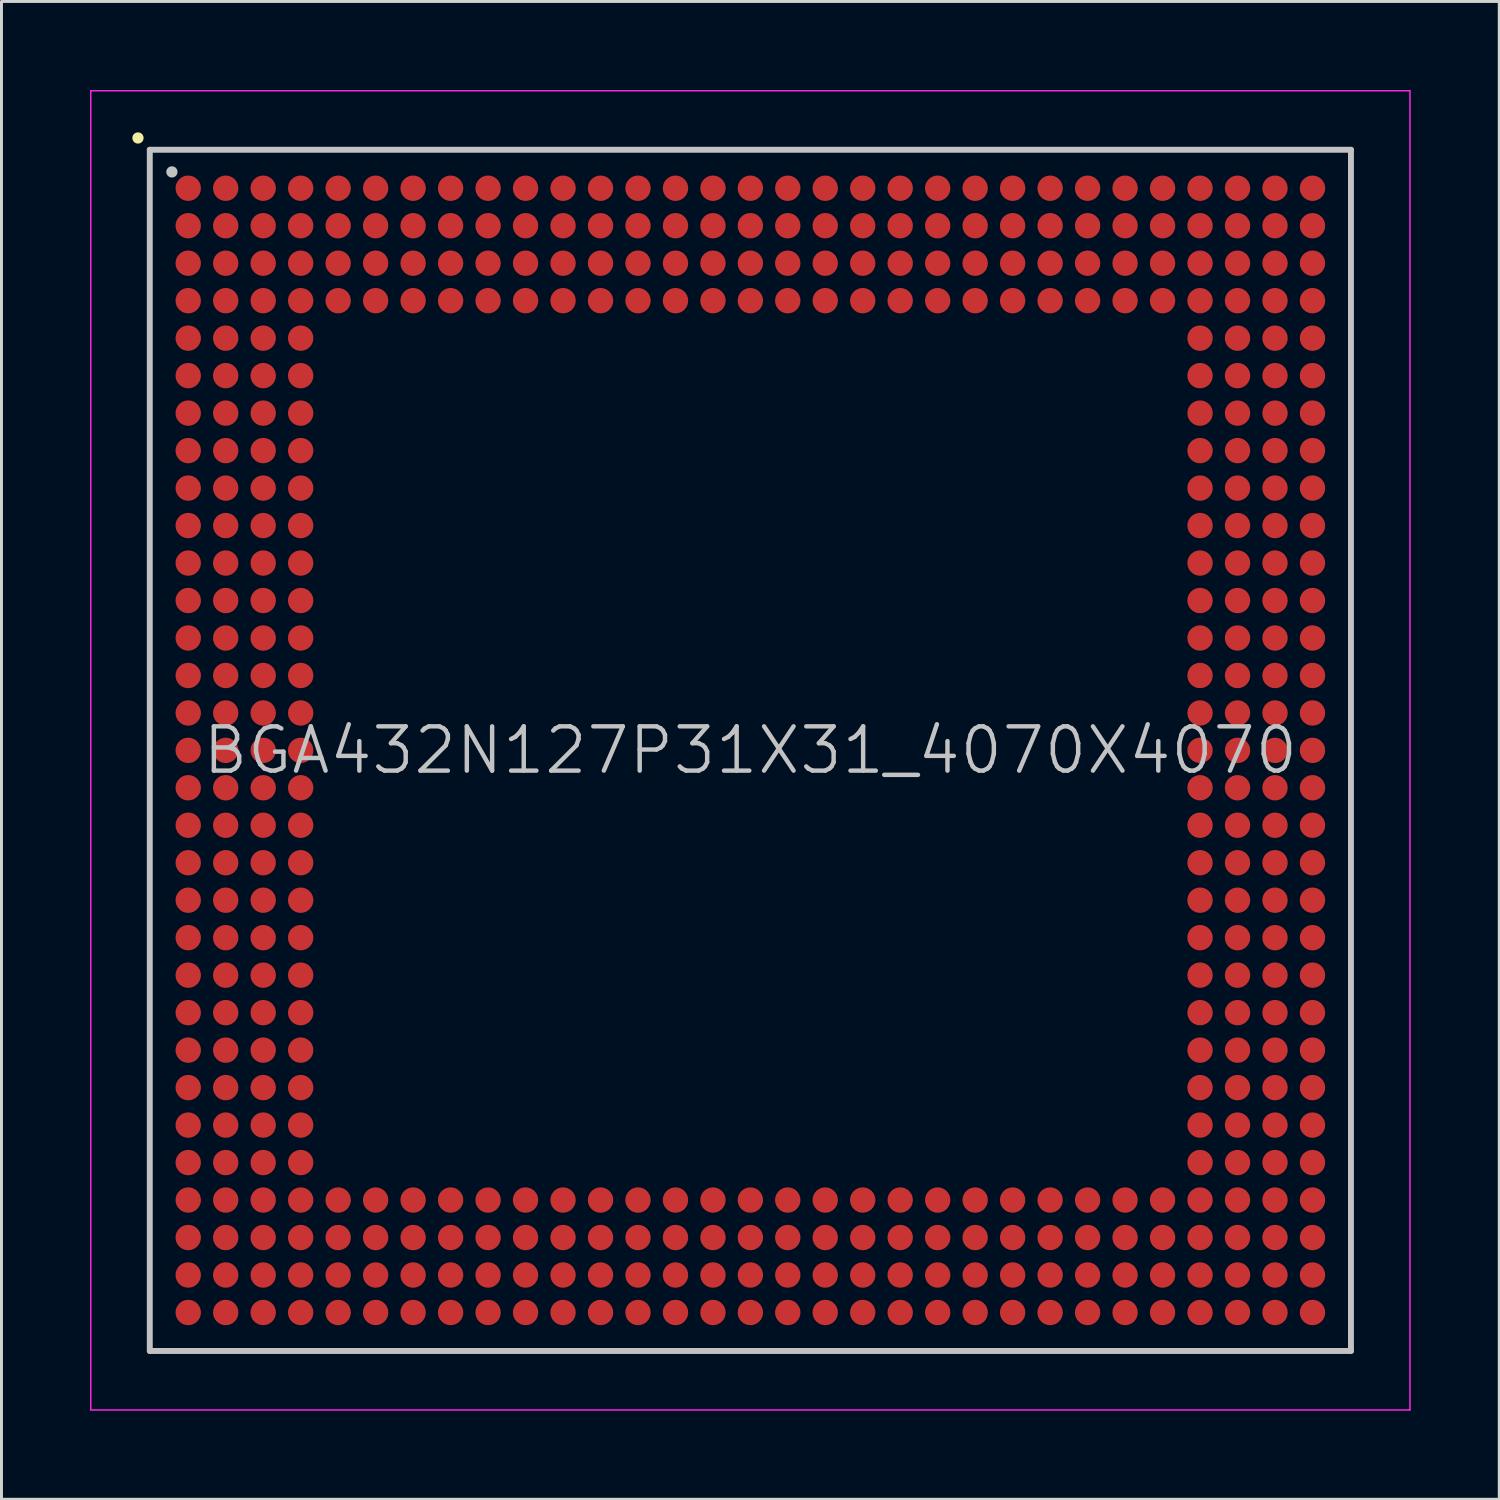
<source format=kicad_pcb>
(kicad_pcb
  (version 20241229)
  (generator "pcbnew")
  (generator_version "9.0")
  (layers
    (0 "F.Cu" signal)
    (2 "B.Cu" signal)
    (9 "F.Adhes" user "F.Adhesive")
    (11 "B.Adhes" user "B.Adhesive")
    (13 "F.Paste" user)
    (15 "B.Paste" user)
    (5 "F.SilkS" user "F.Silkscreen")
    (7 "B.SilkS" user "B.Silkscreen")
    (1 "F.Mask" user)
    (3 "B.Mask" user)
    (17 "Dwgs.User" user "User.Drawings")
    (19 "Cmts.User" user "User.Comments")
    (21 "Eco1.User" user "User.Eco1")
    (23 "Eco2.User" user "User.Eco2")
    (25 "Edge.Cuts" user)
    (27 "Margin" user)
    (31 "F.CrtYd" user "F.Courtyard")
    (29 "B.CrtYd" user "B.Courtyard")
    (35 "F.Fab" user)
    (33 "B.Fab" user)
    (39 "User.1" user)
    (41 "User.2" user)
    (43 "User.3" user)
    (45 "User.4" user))
  (footprint "BGA432N127P31X31_4070X4070"
    (layer "F.Cu")
    (at 22.375 22.375)
    (property "Reference" "BGA432N127P31X31_4070X4070" (at 0 0 0) (layer "Dwgs.User") (effects (font (size 1.5 1.5) (thickness 0.15))))
    (attr smd)
    (fp_line (start -20.75 -20.75) (end -20.75 -20.75) (stroke (width 0.381) (type solid)) (layer "F.SilkS"))
    (fp_line (start -20.35 -20.35) (end -20.35 20.35) (stroke (width 0.2) (type solid)) (layer "Dwgs.User"))
    (fp_line (start -20.35 -20.35) (end 20.35 -20.35) (stroke (width 0.2) (type solid)) (layer "Dwgs.User"))
    (fp_line (start -20.35 20.35) (end 20.35 20.35) (stroke (width 0.2) (type solid)) (layer "Dwgs.User"))
    (fp_line (start -19.6 -19.6) (end -19.6 -19.6) (stroke (width 0.381) (type solid)) (layer "Dwgs.User"))
    (fp_line (start 20.35 -20.35) (end 20.35 20.35) (stroke (width 0.2) (type solid)) (layer "Dwgs.User"))
    (fp_line (start -22.35 -22.35) (end -22.35 22.35) (stroke (width 0.05) (type solid)) (layer "F.CrtYd"))
    (fp_line (start -22.35 -22.35) (end 22.35 -22.35) (stroke (width 0.05) (type solid)) (layer "F.CrtYd"))
    (fp_line (start -22.35 22.35) (end 22.35 22.35) (stroke (width 0.05) (type solid)) (layer "F.CrtYd"))
    (fp_line (start 22.35 -22.35) (end 22.35 22.35) (stroke (width 0.05) (type solid)) (layer "F.CrtYd"))
    (pad "A1" smd circle (at -19.047 -19.047 270) (size 0.86 0.86) (layers "F.Cu" "F.Mask" "F.Paste"))
    (pad "A2" smd circle (at -17.777 -19.047 270) (size 0.86 0.86) (layers "F.Cu" "F.Mask" "F.Paste"))
    (pad "A3" smd circle (at -16.507 -19.047 270) (size 0.86 0.86) (layers "F.Cu" "F.Mask" "F.Paste"))
    (pad "A4" smd circle (at -15.237 -19.047 270) (size 0.86 0.86) (layers "F.Cu" "F.Mask" "F.Paste"))
    (pad "A5" smd circle (at -13.967 -19.047 270) (size 0.86 0.86) (layers "F.Cu" "F.Mask" "F.Paste"))
    (pad "A6" smd circle (at -12.697 -19.047 270) (size 0.86 0.86) (layers "F.Cu" "F.Mask" "F.Paste"))
    (pad "A7" smd circle (at -11.427 -19.047 270) (size 0.86 0.86) (layers "F.Cu" "F.Mask" "F.Paste"))
    (pad "A8" smd circle (at -10.157 -19.047 270) (size 0.86 0.86) (layers "F.Cu" "F.Mask" "F.Paste"))
    (pad "A9" smd circle (at -8.887 -19.047 270) (size 0.86 0.86) (layers "F.Cu" "F.Mask" "F.Paste"))
    (pad "A10" smd circle (at -7.617 -19.047 270) (size 0.86 0.86) (layers "F.Cu" "F.Mask" "F.Paste"))
    (pad "A11" smd circle (at -6.347 -19.047 270) (size 0.86 0.86) (layers "F.Cu" "F.Mask" "F.Paste"))
    (pad "A12" smd circle (at -5.077 -19.047 270) (size 0.86 0.86) (layers "F.Cu" "F.Mask" "F.Paste"))
    (pad "A13" smd circle (at -3.807 -19.047 270) (size 0.86 0.86) (layers "F.Cu" "F.Mask" "F.Paste"))
    (pad "A14" smd circle (at -2.537 -19.047 270) (size 0.86 0.86) (layers "F.Cu" "F.Mask" "F.Paste"))
    (pad "A15" smd circle (at -1.267 -19.047 270) (size 0.86 0.86) (layers "F.Cu" "F.Mask" "F.Paste"))
    (pad "A16" smd circle (at 0 -19.047 270) (size 0.86 0.86) (layers "F.Cu" "F.Mask" "F.Paste"))
    (pad "A17" smd circle (at 1.267 -19.047 270) (size 0.86 0.86) (layers "F.Cu" "F.Mask" "F.Paste"))
    (pad "A18" smd circle (at 2.537 -19.047 270) (size 0.86 0.86) (layers "F.Cu" "F.Mask" "F.Paste"))
    (pad "A19" smd circle (at 3.807 -19.047 270) (size 0.86 0.86) (layers "F.Cu" "F.Mask" "F.Paste"))
    (pad "A20" smd circle (at 5.077 -19.047 270) (size 0.86 0.86) (layers "F.Cu" "F.Mask" "F.Paste"))
    (pad "A21" smd circle (at 6.347 -19.047 270) (size 0.86 0.86) (layers "F.Cu" "F.Mask" "F.Paste"))
    (pad "A22" smd circle (at 7.617 -19.047 270) (size 0.86 0.86) (layers "F.Cu" "F.Mask" "F.Paste"))
    (pad "A23" smd circle (at 8.887 -19.047 270) (size 0.86 0.86) (layers "F.Cu" "F.Mask" "F.Paste"))
    (pad "A24" smd circle (at 10.157 -19.047 270) (size 0.86 0.86) (layers "F.Cu" "F.Mask" "F.Paste"))
    (pad "A25" smd circle (at 11.427 -19.047 270) (size 0.86 0.86) (layers "F.Cu" "F.Mask" "F.Paste"))
    (pad "A26" smd circle (at 12.697 -19.047 270) (size 0.86 0.86) (layers "F.Cu" "F.Mask" "F.Paste"))
    (pad "A27" smd circle (at 13.967 -19.047 270) (size 0.86 0.86) (layers "F.Cu" "F.Mask" "F.Paste"))
    (pad "A28" smd circle (at 15.237 -19.047 270) (size 0.86 0.86) (layers "F.Cu" "F.Mask" "F.Paste"))
    (pad "A29" smd circle (at 16.507 -19.047 270) (size 0.86 0.86) (layers "F.Cu" "F.Mask" "F.Paste"))
    (pad "A30" smd circle (at 17.777 -19.047 270) (size 0.86 0.86) (layers "F.Cu" "F.Mask" "F.Paste"))
    (pad "A31" smd circle (at 19.047 -19.047 270) (size 0.86 0.86) (layers "F.Cu" "F.Mask" "F.Paste"))
    (pad "AA1" smd circle (at -19.047 6.347 270) (size 0.86 0.86) (layers "F.Cu" "F.Mask" "F.Paste"))
    (pad "AA2" smd circle (at -17.777 6.347 270) (size 0.86 0.86) (layers "F.Cu" "F.Mask" "F.Paste"))
    (pad "AA3" smd circle (at -16.507 6.347 270) (size 0.86 0.86) (layers "F.Cu" "F.Mask" "F.Paste"))
    (pad "AA4" smd circle (at -15.237 6.347 270) (size 0.86 0.86) (layers "F.Cu" "F.Mask" "F.Paste"))
    (pad "AA28" smd circle (at 15.237 6.347 270) (size 0.86 0.86) (layers "F.Cu" "F.Mask" "F.Paste"))
    (pad "AA29" smd circle (at 16.507 6.347 270) (size 0.86 0.86) (layers "F.Cu" "F.Mask" "F.Paste"))
    (pad "AA30" smd circle (at 17.777 6.347 270) (size 0.86 0.86) (layers "F.Cu" "F.Mask" "F.Paste"))
    (pad "AA31" smd circle (at 19.047 6.347 270) (size 0.86 0.86) (layers "F.Cu" "F.Mask" "F.Paste"))
    (pad "AB1" smd circle (at -19.047 7.617 270) (size 0.86 0.86) (layers "F.Cu" "F.Mask" "F.Paste"))
    (pad "AB2" smd circle (at -17.777 7.617 270) (size 0.86 0.86) (layers "F.Cu" "F.Mask" "F.Paste"))
    (pad "AB3" smd circle (at -16.507 7.617 270) (size 0.86 0.86) (layers "F.Cu" "F.Mask" "F.Paste"))
    (pad "AB4" smd circle (at -15.237 7.617 270) (size 0.86 0.86) (layers "F.Cu" "F.Mask" "F.Paste"))
    (pad "AB28" smd circle (at 15.237 7.617 270) (size 0.86 0.86) (layers "F.Cu" "F.Mask" "F.Paste"))
    (pad "AB29" smd circle (at 16.507 7.617 270) (size 0.86 0.86) (layers "F.Cu" "F.Mask" "F.Paste"))
    (pad "AB30" smd circle (at 17.777 7.617 270) (size 0.86 0.86) (layers "F.Cu" "F.Mask" "F.Paste"))
    (pad "AB31" smd circle (at 19.047 7.617 270) (size 0.86 0.86) (layers "F.Cu" "F.Mask" "F.Paste"))
    (pad "AC1" smd circle (at -19.047 8.887 270) (size 0.86 0.86) (layers "F.Cu" "F.Mask" "F.Paste"))
    (pad "AC2" smd circle (at -17.777 8.887 270) (size 0.86 0.86) (layers "F.Cu" "F.Mask" "F.Paste"))
    (pad "AC3" smd circle (at -16.507 8.887 270) (size 0.86 0.86) (layers "F.Cu" "F.Mask" "F.Paste"))
    (pad "AC4" smd circle (at -15.237 8.887 270) (size 0.86 0.86) (layers "F.Cu" "F.Mask" "F.Paste"))
    (pad "AC28" smd circle (at 15.237 8.887 270) (size 0.86 0.86) (layers "F.Cu" "F.Mask" "F.Paste"))
    (pad "AC29" smd circle (at 16.507 8.887 270) (size 0.86 0.86) (layers "F.Cu" "F.Mask" "F.Paste"))
    (pad "AC30" smd circle (at 17.777 8.887 270) (size 0.86 0.86) (layers "F.Cu" "F.Mask" "F.Paste"))
    (pad "AC31" smd circle (at 19.047 8.887 270) (size 0.86 0.86) (layers "F.Cu" "F.Mask" "F.Paste"))
    (pad "AD1" smd circle (at -19.047 10.157 270) (size 0.86 0.86) (layers "F.Cu" "F.Mask" "F.Paste"))
    (pad "AD2" smd circle (at -17.777 10.157 270) (size 0.86 0.86) (layers "F.Cu" "F.Mask" "F.Paste"))
    (pad "AD3" smd circle (at -16.507 10.157 270) (size 0.86 0.86) (layers "F.Cu" "F.Mask" "F.Paste"))
    (pad "AD4" smd circle (at -15.237 10.157 270) (size 0.86 0.86) (layers "F.Cu" "F.Mask" "F.Paste"))
    (pad "AD28" smd circle (at 15.237 10.157 270) (size 0.86 0.86) (layers "F.Cu" "F.Mask" "F.Paste"))
    (pad "AD29" smd circle (at 16.507 10.157 270) (size 0.86 0.86) (layers "F.Cu" "F.Mask" "F.Paste"))
    (pad "AD30" smd circle (at 17.777 10.157 270) (size 0.86 0.86) (layers "F.Cu" "F.Mask" "F.Paste"))
    (pad "AD31" smd circle (at 19.047 10.157 270) (size 0.86 0.86) (layers "F.Cu" "F.Mask" "F.Paste"))
    (pad "AE1" smd circle (at -19.047 11.427 270) (size 0.86 0.86) (layers "F.Cu" "F.Mask" "F.Paste"))
    (pad "AE2" smd circle (at -17.777 11.427 270) (size 0.86 0.86) (layers "F.Cu" "F.Mask" "F.Paste"))
    (pad "AE3" smd circle (at -16.507 11.427 270) (size 0.86 0.86) (layers "F.Cu" "F.Mask" "F.Paste"))
    (pad "AE4" smd circle (at -15.237 11.427 270) (size 0.86 0.86) (layers "F.Cu" "F.Mask" "F.Paste"))
    (pad "AE28" smd circle (at 15.237 11.427 270) (size 0.86 0.86) (layers "F.Cu" "F.Mask" "F.Paste"))
    (pad "AE29" smd circle (at 16.507 11.427 270) (size 0.86 0.86) (layers "F.Cu" "F.Mask" "F.Paste"))
    (pad "AE30" smd circle (at 17.777 11.427 270) (size 0.86 0.86) (layers "F.Cu" "F.Mask" "F.Paste"))
    (pad "AE31" smd circle (at 19.047 11.427 270) (size 0.86 0.86) (layers "F.Cu" "F.Mask" "F.Paste"))
    (pad "AF1" smd circle (at -19.047 12.697 270) (size 0.86 0.86) (layers "F.Cu" "F.Mask" "F.Paste"))
    (pad "AF2" smd circle (at -17.777 12.697 270) (size 0.86 0.86) (layers "F.Cu" "F.Mask" "F.Paste"))
    (pad "AF3" smd circle (at -16.507 12.697 270) (size 0.86 0.86) (layers "F.Cu" "F.Mask" "F.Paste"))
    (pad "AF4" smd circle (at -15.237 12.697 270) (size 0.86 0.86) (layers "F.Cu" "F.Mask" "F.Paste"))
    (pad "AF28" smd circle (at 15.237 12.697 270) (size 0.86 0.86) (layers "F.Cu" "F.Mask" "F.Paste"))
    (pad "AF29" smd circle (at 16.507 12.697 270) (size 0.86 0.86) (layers "F.Cu" "F.Mask" "F.Paste"))
    (pad "AF30" smd circle (at 17.777 12.697 270) (size 0.86 0.86) (layers "F.Cu" "F.Mask" "F.Paste"))
    (pad "AF31" smd circle (at 19.047 12.697 270) (size 0.86 0.86) (layers "F.Cu" "F.Mask" "F.Paste"))
    (pad "AG1" smd circle (at -19.047 13.967 270) (size 0.86 0.86) (layers "F.Cu" "F.Mask" "F.Paste"))
    (pad "AG2" smd circle (at -17.777 13.967 270) (size 0.86 0.86) (layers "F.Cu" "F.Mask" "F.Paste"))
    (pad "AG3" smd circle (at -16.507 13.967 270) (size 0.86 0.86) (layers "F.Cu" "F.Mask" "F.Paste"))
    (pad "AG4" smd circle (at -15.237 13.967 270) (size 0.86 0.86) (layers "F.Cu" "F.Mask" "F.Paste"))
    (pad "AG28" smd circle (at 15.237 13.967 270) (size 0.86 0.86) (layers "F.Cu" "F.Mask" "F.Paste"))
    (pad "AG29" smd circle (at 16.507 13.967 270) (size 0.86 0.86) (layers "F.Cu" "F.Mask" "F.Paste"))
    (pad "AG30" smd circle (at 17.777 13.967 270) (size 0.86 0.86) (layers "F.Cu" "F.Mask" "F.Paste"))
    (pad "AG31" smd circle (at 19.047 13.967 270) (size 0.86 0.86) (layers "F.Cu" "F.Mask" "F.Paste"))
    (pad "AH1" smd circle (at -19.047 15.237 270) (size 0.86 0.86) (layers "F.Cu" "F.Mask" "F.Paste"))
    (pad "AH2" smd circle (at -17.777 15.237 270) (size 0.86 0.86) (layers "F.Cu" "F.Mask" "F.Paste"))
    (pad "AH3" smd circle (at -16.507 15.237 270) (size 0.86 0.86) (layers "F.Cu" "F.Mask" "F.Paste"))
    (pad "AH4" smd circle (at -15.237 15.237 270) (size 0.86 0.86) (layers "F.Cu" "F.Mask" "F.Paste"))
    (pad "AH5" smd circle (at -13.967 15.237 270) (size 0.86 0.86) (layers "F.Cu" "F.Mask" "F.Paste"))
    (pad "AH6" smd circle (at -12.697 15.237 270) (size 0.86 0.86) (layers "F.Cu" "F.Mask" "F.Paste"))
    (pad "AH7" smd circle (at -11.427 15.237 270) (size 0.86 0.86) (layers "F.Cu" "F.Mask" "F.Paste"))
    (pad "AH8" smd circle (at -10.157 15.237 270) (size 0.86 0.86) (layers "F.Cu" "F.Mask" "F.Paste"))
    (pad "AH9" smd circle (at -8.887 15.237 270) (size 0.86 0.86) (layers "F.Cu" "F.Mask" "F.Paste"))
    (pad "AH10" smd circle (at -7.617 15.237 270) (size 0.86 0.86) (layers "F.Cu" "F.Mask" "F.Paste"))
    (pad "AH11" smd circle (at -6.347 15.237 270) (size 0.86 0.86) (layers "F.Cu" "F.Mask" "F.Paste"))
    (pad "AH12" smd circle (at -5.077 15.237 270) (size 0.86 0.86) (layers "F.Cu" "F.Mask" "F.Paste"))
    (pad "AH13" smd circle (at -3.807 15.237 270) (size 0.86 0.86) (layers "F.Cu" "F.Mask" "F.Paste"))
    (pad "AH14" smd circle (at -2.537 15.237 270) (size 0.86 0.86) (layers "F.Cu" "F.Mask" "F.Paste"))
    (pad "AH15" smd circle (at -1.267 15.237 270) (size 0.86 0.86) (layers "F.Cu" "F.Mask" "F.Paste"))
    (pad "AH16" smd circle (at 0 15.237 270) (size 0.86 0.86) (layers "F.Cu" "F.Mask" "F.Paste"))
    (pad "AH17" smd circle (at 1.267 15.237 270) (size 0.86 0.86) (layers "F.Cu" "F.Mask" "F.Paste"))
    (pad "AH18" smd circle (at 2.537 15.237 270) (size 0.86 0.86) (layers "F.Cu" "F.Mask" "F.Paste"))
    (pad "AH19" smd circle (at 3.807 15.237 270) (size 0.86 0.86) (layers "F.Cu" "F.Mask" "F.Paste"))
    (pad "AH20" smd circle (at 5.077 15.237 270) (size 0.86 0.86) (layers "F.Cu" "F.Mask" "F.Paste"))
    (pad "AH21" smd circle (at 6.347 15.237 270) (size 0.86 0.86) (layers "F.Cu" "F.Mask" "F.Paste"))
    (pad "AH22" smd circle (at 7.617 15.237 270) (size 0.86 0.86) (layers "F.Cu" "F.Mask" "F.Paste"))
    (pad "AH23" smd circle (at 8.887 15.237 270) (size 0.86 0.86) (layers "F.Cu" "F.Mask" "F.Paste"))
    (pad "AH24" smd circle (at 10.157 15.237 270) (size 0.86 0.86) (layers "F.Cu" "F.Mask" "F.Paste"))
    (pad "AH25" smd circle (at 11.427 15.237 270) (size 0.86 0.86) (layers "F.Cu" "F.Mask" "F.Paste"))
    (pad "AH26" smd circle (at 12.697 15.237 270) (size 0.86 0.86) (layers "F.Cu" "F.Mask" "F.Paste"))
    (pad "AH27" smd circle (at 13.967 15.237 270) (size 0.86 0.86) (layers "F.Cu" "F.Mask" "F.Paste"))
    (pad "AH28" smd circle (at 15.237 15.237 270) (size 0.86 0.86) (layers "F.Cu" "F.Mask" "F.Paste"))
    (pad "AH29" smd circle (at 16.507 15.237 270) (size 0.86 0.86) (layers "F.Cu" "F.Mask" "F.Paste"))
    (pad "AH30" smd circle (at 17.777 15.237 270) (size 0.86 0.86) (layers "F.Cu" "F.Mask" "F.Paste"))
    (pad "AH31" smd circle (at 19.047 15.237 270) (size 0.86 0.86) (layers "F.Cu" "F.Mask" "F.Paste"))
    (pad "AJ1" smd circle (at -19.047 16.507 270) (size 0.86 0.86) (layers "F.Cu" "F.Mask" "F.Paste"))
    (pad "AJ2" smd circle (at -17.777 16.507 270) (size 0.86 0.86) (layers "F.Cu" "F.Mask" "F.Paste"))
    (pad "AJ3" smd circle (at -16.507 16.507 270) (size 0.86 0.86) (layers "F.Cu" "F.Mask" "F.Paste"))
    (pad "AJ4" smd circle (at -15.237 16.507 270) (size 0.86 0.86) (layers "F.Cu" "F.Mask" "F.Paste"))
    (pad "AJ5" smd circle (at -13.967 16.507 270) (size 0.86 0.86) (layers "F.Cu" "F.Mask" "F.Paste"))
    (pad "AJ6" smd circle (at -12.697 16.507 270) (size 0.86 0.86) (layers "F.Cu" "F.Mask" "F.Paste"))
    (pad "AJ7" smd circle (at -11.427 16.507 270) (size 0.86 0.86) (layers "F.Cu" "F.Mask" "F.Paste"))
    (pad "AJ8" smd circle (at -10.157 16.507 270) (size 0.86 0.86) (layers "F.Cu" "F.Mask" "F.Paste"))
    (pad "AJ9" smd circle (at -8.887 16.507 270) (size 0.86 0.86) (layers "F.Cu" "F.Mask" "F.Paste"))
    (pad "AJ10" smd circle (at -7.617 16.507 270) (size 0.86 0.86) (layers "F.Cu" "F.Mask" "F.Paste"))
    (pad "AJ11" smd circle (at -6.347 16.507 270) (size 0.86 0.86) (layers "F.Cu" "F.Mask" "F.Paste"))
    (pad "AJ12" smd circle (at -5.077 16.507 270) (size 0.86 0.86) (layers "F.Cu" "F.Mask" "F.Paste"))
    (pad "AJ13" smd circle (at -3.807 16.507 270) (size 0.86 0.86) (layers "F.Cu" "F.Mask" "F.Paste"))
    (pad "AJ14" smd circle (at -2.537 16.507 270) (size 0.86 0.86) (layers "F.Cu" "F.Mask" "F.Paste"))
    (pad "AJ15" smd circle (at -1.267 16.507 270) (size 0.86 0.86) (layers "F.Cu" "F.Mask" "F.Paste"))
    (pad "AJ16" smd circle (at 0 16.507 270) (size 0.86 0.86) (layers "F.Cu" "F.Mask" "F.Paste"))
    (pad "AJ17" smd circle (at 1.267 16.507 270) (size 0.86 0.86) (layers "F.Cu" "F.Mask" "F.Paste"))
    (pad "AJ18" smd circle (at 2.537 16.507 270) (size 0.86 0.86) (layers "F.Cu" "F.Mask" "F.Paste"))
    (pad "AJ19" smd circle (at 3.807 16.507 270) (size 0.86 0.86) (layers "F.Cu" "F.Mask" "F.Paste"))
    (pad "AJ20" smd circle (at 5.077 16.507 270) (size 0.86 0.86) (layers "F.Cu" "F.Mask" "F.Paste"))
    (pad "AJ21" smd circle (at 6.347 16.507 270) (size 0.86 0.86) (layers "F.Cu" "F.Mask" "F.Paste"))
    (pad "AJ22" smd circle (at 7.617 16.507 270) (size 0.86 0.86) (layers "F.Cu" "F.Mask" "F.Paste"))
    (pad "AJ23" smd circle (at 8.887 16.507 270) (size 0.86 0.86) (layers "F.Cu" "F.Mask" "F.Paste"))
    (pad "AJ24" smd circle (at 10.157 16.507 270) (size 0.86 0.86) (layers "F.Cu" "F.Mask" "F.Paste"))
    (pad "AJ25" smd circle (at 11.427 16.507 270) (size 0.86 0.86) (layers "F.Cu" "F.Mask" "F.Paste"))
    (pad "AJ26" smd circle (at 12.697 16.507 270) (size 0.86 0.86) (layers "F.Cu" "F.Mask" "F.Paste"))
    (pad "AJ27" smd circle (at 13.967 16.507 270) (size 0.86 0.86) (layers "F.Cu" "F.Mask" "F.Paste"))
    (pad "AJ28" smd circle (at 15.237 16.507 270) (size 0.86 0.86) (layers "F.Cu" "F.Mask" "F.Paste"))
    (pad "AJ29" smd circle (at 16.507 16.507 270) (size 0.86 0.86) (layers "F.Cu" "F.Mask" "F.Paste"))
    (pad "AJ30" smd circle (at 17.777 16.507 270) (size 0.86 0.86) (layers "F.Cu" "F.Mask" "F.Paste"))
    (pad "AJ31" smd circle (at 19.047 16.507 270) (size 0.86 0.86) (layers "F.Cu" "F.Mask" "F.Paste"))
    (pad "AK1" smd circle (at -19.047 17.777 270) (size 0.86 0.86) (layers "F.Cu" "F.Mask" "F.Paste"))
    (pad "AK2" smd circle (at -17.777 17.777 270) (size 0.86 0.86) (layers "F.Cu" "F.Mask" "F.Paste"))
    (pad "AK3" smd circle (at -16.507 17.777 270) (size 0.86 0.86) (layers "F.Cu" "F.Mask" "F.Paste"))
    (pad "AK4" smd circle (at -15.237 17.777 270) (size 0.86 0.86) (layers "F.Cu" "F.Mask" "F.Paste"))
    (pad "AK5" smd circle (at -13.967 17.777 270) (size 0.86 0.86) (layers "F.Cu" "F.Mask" "F.Paste"))
    (pad "AK6" smd circle (at -12.697 17.777 270) (size 0.86 0.86) (layers "F.Cu" "F.Mask" "F.Paste"))
    (pad "AK7" smd circle (at -11.427 17.777 270) (size 0.86 0.86) (layers "F.Cu" "F.Mask" "F.Paste"))
    (pad "AK8" smd circle (at -10.157 17.777 270) (size 0.86 0.86) (layers "F.Cu" "F.Mask" "F.Paste"))
    (pad "AK9" smd circle (at -8.887 17.777 270) (size 0.86 0.86) (layers "F.Cu" "F.Mask" "F.Paste"))
    (pad "AK10" smd circle (at -7.617 17.777 270) (size 0.86 0.86) (layers "F.Cu" "F.Mask" "F.Paste"))
    (pad "AK11" smd circle (at -6.347 17.777 270) (size 0.86 0.86) (layers "F.Cu" "F.Mask" "F.Paste"))
    (pad "AK12" smd circle (at -5.077 17.777 270) (size 0.86 0.86) (layers "F.Cu" "F.Mask" "F.Paste"))
    (pad "AK13" smd circle (at -3.807 17.777 270) (size 0.86 0.86) (layers "F.Cu" "F.Mask" "F.Paste"))
    (pad "AK14" smd circle (at -2.537 17.777 270) (size 0.86 0.86) (layers "F.Cu" "F.Mask" "F.Paste"))
    (pad "AK15" smd circle (at -1.267 17.777 270) (size 0.86 0.86) (layers "F.Cu" "F.Mask" "F.Paste"))
    (pad "AK16" smd circle (at 0 17.777 270) (size 0.86 0.86) (layers "F.Cu" "F.Mask" "F.Paste"))
    (pad "AK17" smd circle (at 1.267 17.777 270) (size 0.86 0.86) (layers "F.Cu" "F.Mask" "F.Paste"))
    (pad "AK18" smd circle (at 2.537 17.777 270) (size 0.86 0.86) (layers "F.Cu" "F.Mask" "F.Paste"))
    (pad "AK19" smd circle (at 3.807 17.777 270) (size 0.86 0.86) (layers "F.Cu" "F.Mask" "F.Paste"))
    (pad "AK20" smd circle (at 5.077 17.777 270) (size 0.86 0.86) (layers "F.Cu" "F.Mask" "F.Paste"))
    (pad "AK21" smd circle (at 6.347 17.777 270) (size 0.86 0.86) (layers "F.Cu" "F.Mask" "F.Paste"))
    (pad "AK22" smd circle (at 7.617 17.777 270) (size 0.86 0.86) (layers "F.Cu" "F.Mask" "F.Paste"))
    (pad "AK23" smd circle (at 8.887 17.777 270) (size 0.86 0.86) (layers "F.Cu" "F.Mask" "F.Paste"))
    (pad "AK24" smd circle (at 10.157 17.777 270) (size 0.86 0.86) (layers "F.Cu" "F.Mask" "F.Paste"))
    (pad "AK25" smd circle (at 11.427 17.777 270) (size 0.86 0.86) (layers "F.Cu" "F.Mask" "F.Paste"))
    (pad "AK26" smd circle (at 12.697 17.777 270) (size 0.86 0.86) (layers "F.Cu" "F.Mask" "F.Paste"))
    (pad "AK27" smd circle (at 13.967 17.777 270) (size 0.86 0.86) (layers "F.Cu" "F.Mask" "F.Paste"))
    (pad "AK28" smd circle (at 15.237 17.777 270) (size 0.86 0.86) (layers "F.Cu" "F.Mask" "F.Paste"))
    (pad "AK29" smd circle (at 16.507 17.777 270) (size 0.86 0.86) (layers "F.Cu" "F.Mask" "F.Paste"))
    (pad "AK30" smd circle (at 17.777 17.777 270) (size 0.86 0.86) (layers "F.Cu" "F.Mask" "F.Paste"))
    (pad "AK31" smd circle (at 19.047 17.777 270) (size 0.86 0.86) (layers "F.Cu" "F.Mask" "F.Paste"))
    (pad "AL1" smd circle (at -19.047 19.047 270) (size 0.86 0.86) (layers "F.Cu" "F.Mask" "F.Paste"))
    (pad "AL2" smd circle (at -17.777 19.047 270) (size 0.86 0.86) (layers "F.Cu" "F.Mask" "F.Paste"))
    (pad "AL3" smd circle (at -16.507 19.047 270) (size 0.86 0.86) (layers "F.Cu" "F.Mask" "F.Paste"))
    (pad "AL4" smd circle (at -15.237 19.047 270) (size 0.86 0.86) (layers "F.Cu" "F.Mask" "F.Paste"))
    (pad "AL5" smd circle (at -13.967 19.047 270) (size 0.86 0.86) (layers "F.Cu" "F.Mask" "F.Paste"))
    (pad "AL6" smd circle (at -12.697 19.047 270) (size 0.86 0.86) (layers "F.Cu" "F.Mask" "F.Paste"))
    (pad "AL7" smd circle (at -11.427 19.047 270) (size 0.86 0.86) (layers "F.Cu" "F.Mask" "F.Paste"))
    (pad "AL8" smd circle (at -10.157 19.047 270) (size 0.86 0.86) (layers "F.Cu" "F.Mask" "F.Paste"))
    (pad "AL9" smd circle (at -8.887 19.047 270) (size 0.86 0.86) (layers "F.Cu" "F.Mask" "F.Paste"))
    (pad "AL10" smd circle (at -7.617 19.047 270) (size 0.86 0.86) (layers "F.Cu" "F.Mask" "F.Paste"))
    (pad "AL11" smd circle (at -6.347 19.047 270) (size 0.86 0.86) (layers "F.Cu" "F.Mask" "F.Paste"))
    (pad "AL12" smd circle (at -5.077 19.047 270) (size 0.86 0.86) (layers "F.Cu" "F.Mask" "F.Paste"))
    (pad "AL13" smd circle (at -3.807 19.047 270) (size 0.86 0.86) (layers "F.Cu" "F.Mask" "F.Paste"))
    (pad "AL14" smd circle (at -2.537 19.047 270) (size 0.86 0.86) (layers "F.Cu" "F.Mask" "F.Paste"))
    (pad "AL15" smd circle (at -1.267 19.047 270) (size 0.86 0.86) (layers "F.Cu" "F.Mask" "F.Paste"))
    (pad "AL16" smd circle (at 0 19.047 270) (size 0.86 0.86) (layers "F.Cu" "F.Mask" "F.Paste"))
    (pad "AL17" smd circle (at 1.267 19.047 270) (size 0.86 0.86) (layers "F.Cu" "F.Mask" "F.Paste"))
    (pad "AL18" smd circle (at 2.537 19.047 270) (size 0.86 0.86) (layers "F.Cu" "F.Mask" "F.Paste"))
    (pad "AL19" smd circle (at 3.807 19.047 270) (size 0.86 0.86) (layers "F.Cu" "F.Mask" "F.Paste"))
    (pad "AL20" smd circle (at 5.077 19.047 270) (size 0.86 0.86) (layers "F.Cu" "F.Mask" "F.Paste"))
    (pad "AL21" smd circle (at 6.347 19.047 270) (size 0.86 0.86) (layers "F.Cu" "F.Mask" "F.Paste"))
    (pad "AL22" smd circle (at 7.617 19.047 270) (size 0.86 0.86) (layers "F.Cu" "F.Mask" "F.Paste"))
    (pad "AL23" smd circle (at 8.887 19.047 270) (size 0.86 0.86) (layers "F.Cu" "F.Mask" "F.Paste"))
    (pad "AL24" smd circle (at 10.157 19.047 270) (size 0.86 0.86) (layers "F.Cu" "F.Mask" "F.Paste"))
    (pad "AL25" smd circle (at 11.427 19.047 270) (size 0.86 0.86) (layers "F.Cu" "F.Mask" "F.Paste"))
    (pad "AL26" smd circle (at 12.697 19.047 270) (size 0.86 0.86) (layers "F.Cu" "F.Mask" "F.Paste"))
    (pad "AL27" smd circle (at 13.967 19.047 270) (size 0.86 0.86) (layers "F.Cu" "F.Mask" "F.Paste"))
    (pad "AL28" smd circle (at 15.237 19.047 270) (size 0.86 0.86) (layers "F.Cu" "F.Mask" "F.Paste"))
    (pad "AL29" smd circle (at 16.507 19.047 270) (size 0.86 0.86) (layers "F.Cu" "F.Mask" "F.Paste"))
    (pad "AL30" smd circle (at 17.777 19.047 270) (size 0.86 0.86) (layers "F.Cu" "F.Mask" "F.Paste"))
    (pad "AL31" smd circle (at 19.047 19.047 270) (size 0.86 0.86) (layers "F.Cu" "F.Mask" "F.Paste"))
    (pad "B1" smd circle (at -19.047 -17.777 270) (size 0.86 0.86) (layers "F.Cu" "F.Mask" "F.Paste"))
    (pad "B2" smd circle (at -17.777 -17.777 270) (size 0.86 0.86) (layers "F.Cu" "F.Mask" "F.Paste"))
    (pad "B3" smd circle (at -16.507 -17.777 270) (size 0.86 0.86) (layers "F.Cu" "F.Mask" "F.Paste"))
    (pad "B4" smd circle (at -15.237 -17.777 270) (size 0.86 0.86) (layers "F.Cu" "F.Mask" "F.Paste"))
    (pad "B5" smd circle (at -13.967 -17.777 270) (size 0.86 0.86) (layers "F.Cu" "F.Mask" "F.Paste"))
    (pad "B6" smd circle (at -12.697 -17.777 270) (size 0.86 0.86) (layers "F.Cu" "F.Mask" "F.Paste"))
    (pad "B7" smd circle (at -11.427 -17.777 270) (size 0.86 0.86) (layers "F.Cu" "F.Mask" "F.Paste"))
    (pad "B8" smd circle (at -10.157 -17.777 270) (size 0.86 0.86) (layers "F.Cu" "F.Mask" "F.Paste"))
    (pad "B9" smd circle (at -8.887 -17.777 270) (size 0.86 0.86) (layers "F.Cu" "F.Mask" "F.Paste"))
    (pad "B10" smd circle (at -7.617 -17.777 270) (size 0.86 0.86) (layers "F.Cu" "F.Mask" "F.Paste"))
    (pad "B11" smd circle (at -6.347 -17.777 270) (size 0.86 0.86) (layers "F.Cu" "F.Mask" "F.Paste"))
    (pad "B12" smd circle (at -5.077 -17.777 270) (size 0.86 0.86) (layers "F.Cu" "F.Mask" "F.Paste"))
    (pad "B13" smd circle (at -3.807 -17.777 270) (size 0.86 0.86) (layers "F.Cu" "F.Mask" "F.Paste"))
    (pad "B14" smd circle (at -2.537 -17.777 270) (size 0.86 0.86) (layers "F.Cu" "F.Mask" "F.Paste"))
    (pad "B15" smd circle (at -1.267 -17.777 270) (size 0.86 0.86) (layers "F.Cu" "F.Mask" "F.Paste"))
    (pad "B16" smd circle (at 0 -17.777 270) (size 0.86 0.86) (layers "F.Cu" "F.Mask" "F.Paste"))
    (pad "B17" smd circle (at 1.267 -17.777 270) (size 0.86 0.86) (layers "F.Cu" "F.Mask" "F.Paste"))
    (pad "B18" smd circle (at 2.537 -17.777 270) (size 0.86 0.86) (layers "F.Cu" "F.Mask" "F.Paste"))
    (pad "B19" smd circle (at 3.807 -17.777 270) (size 0.86 0.86) (layers "F.Cu" "F.Mask" "F.Paste"))
    (pad "B20" smd circle (at 5.077 -17.777 270) (size 0.86 0.86) (layers "F.Cu" "F.Mask" "F.Paste"))
    (pad "B21" smd circle (at 6.347 -17.777 270) (size 0.86 0.86) (layers "F.Cu" "F.Mask" "F.Paste"))
    (pad "B22" smd circle (at 7.617 -17.777 270) (size 0.86 0.86) (layers "F.Cu" "F.Mask" "F.Paste"))
    (pad "B23" smd circle (at 8.887 -17.777 270) (size 0.86 0.86) (layers "F.Cu" "F.Mask" "F.Paste"))
    (pad "B24" smd circle (at 10.157 -17.777 270) (size 0.86 0.86) (layers "F.Cu" "F.Mask" "F.Paste"))
    (pad "B25" smd circle (at 11.427 -17.777 270) (size 0.86 0.86) (layers "F.Cu" "F.Mask" "F.Paste"))
    (pad "B26" smd circle (at 12.697 -17.777 270) (size 0.86 0.86) (layers "F.Cu" "F.Mask" "F.Paste"))
    (pad "B27" smd circle (at 13.967 -17.777 270) (size 0.86 0.86) (layers "F.Cu" "F.Mask" "F.Paste"))
    (pad "B28" smd circle (at 15.237 -17.777 270) (size 0.86 0.86) (layers "F.Cu" "F.Mask" "F.Paste"))
    (pad "B29" smd circle (at 16.507 -17.777 270) (size 0.86 0.86) (layers "F.Cu" "F.Mask" "F.Paste"))
    (pad "B30" smd circle (at 17.777 -17.777 270) (size 0.86 0.86) (layers "F.Cu" "F.Mask" "F.Paste"))
    (pad "B31" smd circle (at 19.047 -17.777 270) (size 0.86 0.86) (layers "F.Cu" "F.Mask" "F.Paste"))
    (pad "C1" smd circle (at -19.047 -16.507 270) (size 0.86 0.86) (layers "F.Cu" "F.Mask" "F.Paste"))
    (pad "C2" smd circle (at -17.777 -16.507 270) (size 0.86 0.86) (layers "F.Cu" "F.Mask" "F.Paste"))
    (pad "C3" smd circle (at -16.507 -16.507 270) (size 0.86 0.86) (layers "F.Cu" "F.Mask" "F.Paste"))
    (pad "C4" smd circle (at -15.237 -16.507 270) (size 0.86 0.86) (layers "F.Cu" "F.Mask" "F.Paste"))
    (pad "C5" smd circle (at -13.967 -16.507 270) (size 0.86 0.86) (layers "F.Cu" "F.Mask" "F.Paste"))
    (pad "C6" smd circle (at -12.697 -16.507 270) (size 0.86 0.86) (layers "F.Cu" "F.Mask" "F.Paste"))
    (pad "C7" smd circle (at -11.427 -16.507 270) (size 0.86 0.86) (layers "F.Cu" "F.Mask" "F.Paste"))
    (pad "C8" smd circle (at -10.157 -16.507 270) (size 0.86 0.86) (layers "F.Cu" "F.Mask" "F.Paste"))
    (pad "C9" smd circle (at -8.887 -16.507 270) (size 0.86 0.86) (layers "F.Cu" "F.Mask" "F.Paste"))
    (pad "C10" smd circle (at -7.617 -16.507 270) (size 0.86 0.86) (layers "F.Cu" "F.Mask" "F.Paste"))
    (pad "C11" smd circle (at -6.347 -16.507 270) (size 0.86 0.86) (layers "F.Cu" "F.Mask" "F.Paste"))
    (pad "C12" smd circle (at -5.077 -16.507 270) (size 0.86 0.86) (layers "F.Cu" "F.Mask" "F.Paste"))
    (pad "C13" smd circle (at -3.807 -16.507 270) (size 0.86 0.86) (layers "F.Cu" "F.Mask" "F.Paste"))
    (pad "C14" smd circle (at -2.537 -16.507 270) (size 0.86 0.86) (layers "F.Cu" "F.Mask" "F.Paste"))
    (pad "C15" smd circle (at -1.267 -16.507 270) (size 0.86 0.86) (layers "F.Cu" "F.Mask" "F.Paste"))
    (pad "C16" smd circle (at 0 -16.507 270) (size 0.86 0.86) (layers "F.Cu" "F.Mask" "F.Paste"))
    (pad "C17" smd circle (at 1.267 -16.507 270) (size 0.86 0.86) (layers "F.Cu" "F.Mask" "F.Paste"))
    (pad "C18" smd circle (at 2.537 -16.507 270) (size 0.86 0.86) (layers "F.Cu" "F.Mask" "F.Paste"))
    (pad "C19" smd circle (at 3.807 -16.507 270) (size 0.86 0.86) (layers "F.Cu" "F.Mask" "F.Paste"))
    (pad "C20" smd circle (at 5.077 -16.507 270) (size 0.86 0.86) (layers "F.Cu" "F.Mask" "F.Paste"))
    (pad "C21" smd circle (at 6.347 -16.507 270) (size 0.86 0.86) (layers "F.Cu" "F.Mask" "F.Paste"))
    (pad "C22" smd circle (at 7.617 -16.507 270) (size 0.86 0.86) (layers "F.Cu" "F.Mask" "F.Paste"))
    (pad "C23" smd circle (at 8.887 -16.507 270) (size 0.86 0.86) (layers "F.Cu" "F.Mask" "F.Paste"))
    (pad "C24" smd circle (at 10.157 -16.507 270) (size 0.86 0.86) (layers "F.Cu" "F.Mask" "F.Paste"))
    (pad "C25" smd circle (at 11.427 -16.507 270) (size 0.86 0.86) (layers "F.Cu" "F.Mask" "F.Paste"))
    (pad "C26" smd circle (at 12.697 -16.507 270) (size 0.86 0.86) (layers "F.Cu" "F.Mask" "F.Paste"))
    (pad "C27" smd circle (at 13.967 -16.507 270) (size 0.86 0.86) (layers "F.Cu" "F.Mask" "F.Paste"))
    (pad "C28" smd circle (at 15.237 -16.507 270) (size 0.86 0.86) (layers "F.Cu" "F.Mask" "F.Paste"))
    (pad "C29" smd circle (at 16.507 -16.507 270) (size 0.86 0.86) (layers "F.Cu" "F.Mask" "F.Paste"))
    (pad "C30" smd circle (at 17.777 -16.507 270) (size 0.86 0.86) (layers "F.Cu" "F.Mask" "F.Paste"))
    (pad "C31" smd circle (at 19.047 -16.507 270) (size 0.86 0.86) (layers "F.Cu" "F.Mask" "F.Paste"))
    (pad "D1" smd circle (at -19.047 -15.237 270) (size 0.86 0.86) (layers "F.Cu" "F.Mask" "F.Paste"))
    (pad "D2" smd circle (at -17.777 -15.237 270) (size 0.86 0.86) (layers "F.Cu" "F.Mask" "F.Paste"))
    (pad "D3" smd circle (at -16.507 -15.237 270) (size 0.86 0.86) (layers "F.Cu" "F.Mask" "F.Paste"))
    (pad "D4" smd circle (at -15.237 -15.237 270) (size 0.86 0.86) (layers "F.Cu" "F.Mask" "F.Paste"))
    (pad "D5" smd circle (at -13.967 -15.237 270) (size 0.86 0.86) (layers "F.Cu" "F.Mask" "F.Paste"))
    (pad "D6" smd circle (at -12.697 -15.237 270) (size 0.86 0.86) (layers "F.Cu" "F.Mask" "F.Paste"))
    (pad "D7" smd circle (at -11.427 -15.237 270) (size 0.86 0.86) (layers "F.Cu" "F.Mask" "F.Paste"))
    (pad "D8" smd circle (at -10.157 -15.237 270) (size 0.86 0.86) (layers "F.Cu" "F.Mask" "F.Paste"))
    (pad "D9" smd circle (at -8.887 -15.237 270) (size 0.86 0.86) (layers "F.Cu" "F.Mask" "F.Paste"))
    (pad "D10" smd circle (at -7.617 -15.237 270) (size 0.86 0.86) (layers "F.Cu" "F.Mask" "F.Paste"))
    (pad "D11" smd circle (at -6.347 -15.237 270) (size 0.86 0.86) (layers "F.Cu" "F.Mask" "F.Paste"))
    (pad "D12" smd circle (at -5.077 -15.237 270) (size 0.86 0.86) (layers "F.Cu" "F.Mask" "F.Paste"))
    (pad "D13" smd circle (at -3.807 -15.237 270) (size 0.86 0.86) (layers "F.Cu" "F.Mask" "F.Paste"))
    (pad "D14" smd circle (at -2.537 -15.237 270) (size 0.86 0.86) (layers "F.Cu" "F.Mask" "F.Paste"))
    (pad "D15" smd circle (at -1.267 -15.237 270) (size 0.86 0.86) (layers "F.Cu" "F.Mask" "F.Paste"))
    (pad "D16" smd circle (at 0 -15.237 270) (size 0.86 0.86) (layers "F.Cu" "F.Mask" "F.Paste"))
    (pad "D17" smd circle (at 1.267 -15.237 270) (size 0.86 0.86) (layers "F.Cu" "F.Mask" "F.Paste"))
    (pad "D18" smd circle (at 2.537 -15.237 270) (size 0.86 0.86) (layers "F.Cu" "F.Mask" "F.Paste"))
    (pad "D19" smd circle (at 3.807 -15.237 270) (size 0.86 0.86) (layers "F.Cu" "F.Mask" "F.Paste"))
    (pad "D20" smd circle (at 5.077 -15.237 270) (size 0.86 0.86) (layers "F.Cu" "F.Mask" "F.Paste"))
    (pad "D21" smd circle (at 6.347 -15.237 270) (size 0.86 0.86) (layers "F.Cu" "F.Mask" "F.Paste"))
    (pad "D22" smd circle (at 7.617 -15.237 270) (size 0.86 0.86) (layers "F.Cu" "F.Mask" "F.Paste"))
    (pad "D23" smd circle (at 8.887 -15.237 270) (size 0.86 0.86) (layers "F.Cu" "F.Mask" "F.Paste"))
    (pad "D24" smd circle (at 10.157 -15.237 270) (size 0.86 0.86) (layers "F.Cu" "F.Mask" "F.Paste"))
    (pad "D25" smd circle (at 11.427 -15.237 270) (size 0.86 0.86) (layers "F.Cu" "F.Mask" "F.Paste"))
    (pad "D26" smd circle (at 12.697 -15.237 270) (size 0.86 0.86) (layers "F.Cu" "F.Mask" "F.Paste"))
    (pad "D27" smd circle (at 13.967 -15.237 270) (size 0.86 0.86) (layers "F.Cu" "F.Mask" "F.Paste"))
    (pad "D28" smd circle (at 15.237 -15.237 270) (size 0.86 0.86) (layers "F.Cu" "F.Mask" "F.Paste"))
    (pad "D29" smd circle (at 16.507 -15.237 270) (size 0.86 0.86) (layers "F.Cu" "F.Mask" "F.Paste"))
    (pad "D30" smd circle (at 17.777 -15.237 270) (size 0.86 0.86) (layers "F.Cu" "F.Mask" "F.Paste"))
    (pad "D31" smd circle (at 19.047 -15.237 270) (size 0.86 0.86) (layers "F.Cu" "F.Mask" "F.Paste"))
    (pad "E1" smd circle (at -19.047 -13.967 270) (size 0.86 0.86) (layers "F.Cu" "F.Mask" "F.Paste"))
    (pad "E2" smd circle (at -17.777 -13.967 270) (size 0.86 0.86) (layers "F.Cu" "F.Mask" "F.Paste"))
    (pad "E3" smd circle (at -16.507 -13.967 270) (size 0.86 0.86) (layers "F.Cu" "F.Mask" "F.Paste"))
    (pad "E4" smd circle (at -15.237 -13.967 270) (size 0.86 0.86) (layers "F.Cu" "F.Mask" "F.Paste"))
    (pad "E28" smd circle (at 15.237 -13.967 270) (size 0.86 0.86) (layers "F.Cu" "F.Mask" "F.Paste"))
    (pad "E29" smd circle (at 16.507 -13.967 270) (size 0.86 0.86) (layers "F.Cu" "F.Mask" "F.Paste"))
    (pad "E30" smd circle (at 17.777 -13.967 270) (size 0.86 0.86) (layers "F.Cu" "F.Mask" "F.Paste"))
    (pad "E31" smd circle (at 19.047 -13.967 270) (size 0.86 0.86) (layers "F.Cu" "F.Mask" "F.Paste"))
    (pad "F1" smd circle (at -19.047 -12.697 270) (size 0.86 0.86) (layers "F.Cu" "F.Mask" "F.Paste"))
    (pad "F2" smd circle (at -17.777 -12.697 270) (size 0.86 0.86) (layers "F.Cu" "F.Mask" "F.Paste"))
    (pad "F3" smd circle (at -16.507 -12.697 270) (size 0.86 0.86) (layers "F.Cu" "F.Mask" "F.Paste"))
    (pad "F4" smd circle (at -15.237 -12.697 270) (size 0.86 0.86) (layers "F.Cu" "F.Mask" "F.Paste"))
    (pad "F28" smd circle (at 15.237 -12.697 270) (size 0.86 0.86) (layers "F.Cu" "F.Mask" "F.Paste"))
    (pad "F29" smd circle (at 16.507 -12.697 270) (size 0.86 0.86) (layers "F.Cu" "F.Mask" "F.Paste"))
    (pad "F30" smd circle (at 17.777 -12.697 270) (size 0.86 0.86) (layers "F.Cu" "F.Mask" "F.Paste"))
    (pad "F31" smd circle (at 19.047 -12.697 270) (size 0.86 0.86) (layers "F.Cu" "F.Mask" "F.Paste"))
    (pad "G1" smd circle (at -19.047 -11.427 270) (size 0.86 0.86) (layers "F.Cu" "F.Mask" "F.Paste"))
    (pad "G2" smd circle (at -17.777 -11.427 270) (size 0.86 0.86) (layers "F.Cu" "F.Mask" "F.Paste"))
    (pad "G3" smd circle (at -16.507 -11.427 270) (size 0.86 0.86) (layers "F.Cu" "F.Mask" "F.Paste"))
    (pad "G4" smd circle (at -15.237 -11.427 270) (size 0.86 0.86) (layers "F.Cu" "F.Mask" "F.Paste"))
    (pad "G28" smd circle (at 15.237 -11.427 270) (size 0.86 0.86) (layers "F.Cu" "F.Mask" "F.Paste"))
    (pad "G29" smd circle (at 16.507 -11.427 270) (size 0.86 0.86) (layers "F.Cu" "F.Mask" "F.Paste"))
    (pad "G30" smd circle (at 17.777 -11.427 270) (size 0.86 0.86) (layers "F.Cu" "F.Mask" "F.Paste"))
    (pad "G31" smd circle (at 19.047 -11.427 270) (size 0.86 0.86) (layers "F.Cu" "F.Mask" "F.Paste"))
    (pad "H1" smd circle (at -19.047 -10.157 270) (size 0.86 0.86) (layers "F.Cu" "F.Mask" "F.Paste"))
    (pad "H2" smd circle (at -17.777 -10.157 270) (size 0.86 0.86) (layers "F.Cu" "F.Mask" "F.Paste"))
    (pad "H3" smd circle (at -16.507 -10.157 270) (size 0.86 0.86) (layers "F.Cu" "F.Mask" "F.Paste"))
    (pad "H4" smd circle (at -15.237 -10.157 270) (size 0.86 0.86) (layers "F.Cu" "F.Mask" "F.Paste"))
    (pad "H28" smd circle (at 15.237 -10.157 270) (size 0.86 0.86) (layers "F.Cu" "F.Mask" "F.Paste"))
    (pad "H29" smd circle (at 16.507 -10.157 270) (size 0.86 0.86) (layers "F.Cu" "F.Mask" "F.Paste"))
    (pad "H30" smd circle (at 17.777 -10.157 270) (size 0.86 0.86) (layers "F.Cu" "F.Mask" "F.Paste"))
    (pad "H31" smd circle (at 19.047 -10.157 270) (size 0.86 0.86) (layers "F.Cu" "F.Mask" "F.Paste"))
    (pad "J1" smd circle (at -19.047 -8.887 270) (size 0.86 0.86) (layers "F.Cu" "F.Mask" "F.Paste"))
    (pad "J2" smd circle (at -17.777 -8.887 270) (size 0.86 0.86) (layers "F.Cu" "F.Mask" "F.Paste"))
    (pad "J3" smd circle (at -16.507 -8.887 270) (size 0.86 0.86) (layers "F.Cu" "F.Mask" "F.Paste"))
    (pad "J4" smd circle (at -15.237 -8.887 270) (size 0.86 0.86) (layers "F.Cu" "F.Mask" "F.Paste"))
    (pad "J28" smd circle (at 15.237 -8.887 270) (size 0.86 0.86) (layers "F.Cu" "F.Mask" "F.Paste"))
    (pad "J29" smd circle (at 16.507 -8.887 270) (size 0.86 0.86) (layers "F.Cu" "F.Mask" "F.Paste"))
    (pad "J30" smd circle (at 17.777 -8.887 270) (size 0.86 0.86) (layers "F.Cu" "F.Mask" "F.Paste"))
    (pad "J31" smd circle (at 19.047 -8.887 270) (size 0.86 0.86) (layers "F.Cu" "F.Mask" "F.Paste"))
    (pad "K1" smd circle (at -19.047 -7.617 270) (size 0.86 0.86) (layers "F.Cu" "F.Mask" "F.Paste"))
    (pad "K2" smd circle (at -17.777 -7.617 270) (size 0.86 0.86) (layers "F.Cu" "F.Mask" "F.Paste"))
    (pad "K3" smd circle (at -16.507 -7.617 270) (size 0.86 0.86) (layers "F.Cu" "F.Mask" "F.Paste"))
    (pad "K4" smd circle (at -15.237 -7.617 270) (size 0.86 0.86) (layers "F.Cu" "F.Mask" "F.Paste"))
    (pad "K28" smd circle (at 15.237 -7.617 270) (size 0.86 0.86) (layers "F.Cu" "F.Mask" "F.Paste"))
    (pad "K29" smd circle (at 16.507 -7.617 270) (size 0.86 0.86) (layers "F.Cu" "F.Mask" "F.Paste"))
    (pad "K30" smd circle (at 17.777 -7.617 270) (size 0.86 0.86) (layers "F.Cu" "F.Mask" "F.Paste"))
    (pad "K31" smd circle (at 19.047 -7.617 270) (size 0.86 0.86) (layers "F.Cu" "F.Mask" "F.Paste"))
    (pad "L1" smd circle (at -19.047 -6.347 270) (size 0.86 0.86) (layers "F.Cu" "F.Mask" "F.Paste"))
    (pad "L2" smd circle (at -17.777 -6.347 270) (size 0.86 0.86) (layers "F.Cu" "F.Mask" "F.Paste"))
    (pad "L3" smd circle (at -16.507 -6.347 270) (size 0.86 0.86) (layers "F.Cu" "F.Mask" "F.Paste"))
    (pad "L4" smd circle (at -15.237 -6.347 270) (size 0.86 0.86) (layers "F.Cu" "F.Mask" "F.Paste"))
    (pad "L28" smd circle (at 15.237 -6.347 270) (size 0.86 0.86) (layers "F.Cu" "F.Mask" "F.Paste"))
    (pad "L29" smd circle (at 16.507 -6.347 270) (size 0.86 0.86) (layers "F.Cu" "F.Mask" "F.Paste"))
    (pad "L30" smd circle (at 17.777 -6.347 270) (size 0.86 0.86) (layers "F.Cu" "F.Mask" "F.Paste"))
    (pad "L31" smd circle (at 19.047 -6.347 270) (size 0.86 0.86) (layers "F.Cu" "F.Mask" "F.Paste"))
    (pad "M1" smd circle (at -19.047 -5.077 270) (size 0.86 0.86) (layers "F.Cu" "F.Mask" "F.Paste"))
    (pad "M2" smd circle (at -17.777 -5.077 270) (size 0.86 0.86) (layers "F.Cu" "F.Mask" "F.Paste"))
    (pad "M3" smd circle (at -16.507 -5.077 270) (size 0.86 0.86) (layers "F.Cu" "F.Mask" "F.Paste"))
    (pad "M4" smd circle (at -15.237 -5.077 270) (size 0.86 0.86) (layers "F.Cu" "F.Mask" "F.Paste"))
    (pad "M28" smd circle (at 15.237 -5.077 270) (size 0.86 0.86) (layers "F.Cu" "F.Mask" "F.Paste"))
    (pad "M29" smd circle (at 16.507 -5.077 270) (size 0.86 0.86) (layers "F.Cu" "F.Mask" "F.Paste"))
    (pad "M30" smd circle (at 17.777 -5.077 270) (size 0.86 0.86) (layers "F.Cu" "F.Mask" "F.Paste"))
    (pad "M31" smd circle (at 19.047 -5.077 270) (size 0.86 0.86) (layers "F.Cu" "F.Mask" "F.Paste"))
    (pad "N1" smd circle (at -19.047 -3.807 270) (size 0.86 0.86) (layers "F.Cu" "F.Mask" "F.Paste"))
    (pad "N2" smd circle (at -17.777 -3.807 270) (size 0.86 0.86) (layers "F.Cu" "F.Mask" "F.Paste"))
    (pad "N3" smd circle (at -16.507 -3.807 270) (size 0.86 0.86) (layers "F.Cu" "F.Mask" "F.Paste"))
    (pad "N4" smd circle (at -15.237 -3.807 270) (size 0.86 0.86) (layers "F.Cu" "F.Mask" "F.Paste"))
    (pad "N28" smd circle (at 15.237 -3.807 270) (size 0.86 0.86) (layers "F.Cu" "F.Mask" "F.Paste"))
    (pad "N29" smd circle (at 16.507 -3.807 270) (size 0.86 0.86) (layers "F.Cu" "F.Mask" "F.Paste"))
    (pad "N30" smd circle (at 17.777 -3.807 270) (size 0.86 0.86) (layers "F.Cu" "F.Mask" "F.Paste"))
    (pad "N31" smd circle (at 19.047 -3.807 270) (size 0.86 0.86) (layers "F.Cu" "F.Mask" "F.Paste"))
    (pad "P1" smd circle (at -19.047 -2.537 270) (size 0.86 0.86) (layers "F.Cu" "F.Mask" "F.Paste"))
    (pad "P2" smd circle (at -17.777 -2.537 270) (size 0.86 0.86) (layers "F.Cu" "F.Mask" "F.Paste"))
    (pad "P3" smd circle (at -16.507 -2.537 270) (size 0.86 0.86) (layers "F.Cu" "F.Mask" "F.Paste"))
    (pad "P4" smd circle (at -15.237 -2.537 270) (size 0.86 0.86) (layers "F.Cu" "F.Mask" "F.Paste"))
    (pad "P28" smd circle (at 15.237 -2.537 270) (size 0.86 0.86) (layers "F.Cu" "F.Mask" "F.Paste"))
    (pad "P29" smd circle (at 16.507 -2.537 270) (size 0.86 0.86) (layers "F.Cu" "F.Mask" "F.Paste"))
    (pad "P30" smd circle (at 17.777 -2.537 270) (size 0.86 0.86) (layers "F.Cu" "F.Mask" "F.Paste"))
    (pad "P31" smd circle (at 19.047 -2.537 270) (size 0.86 0.86) (layers "F.Cu" "F.Mask" "F.Paste"))
    (pad "R1" smd circle (at -19.047 -1.267 270) (size 0.86 0.86) (layers "F.Cu" "F.Mask" "F.Paste"))
    (pad "R2" smd circle (at -17.777 -1.267 270) (size 0.86 0.86) (layers "F.Cu" "F.Mask" "F.Paste"))
    (pad "R3" smd circle (at -16.507 -1.267 270) (size 0.86 0.86) (layers "F.Cu" "F.Mask" "F.Paste"))
    (pad "R4" smd circle (at -15.237 -1.267 270) (size 0.86 0.86) (layers "F.Cu" "F.Mask" "F.Paste"))
    (pad "R28" smd circle (at 15.237 -1.267 270) (size 0.86 0.86) (layers "F.Cu" "F.Mask" "F.Paste"))
    (pad "R29" smd circle (at 16.507 -1.267 270) (size 0.86 0.86) (layers "F.Cu" "F.Mask" "F.Paste"))
    (pad "R30" smd circle (at 17.777 -1.267 270) (size 0.86 0.86) (layers "F.Cu" "F.Mask" "F.Paste"))
    (pad "R31" smd circle (at 19.047 -1.267 270) (size 0.86 0.86) (layers "F.Cu" "F.Mask" "F.Paste"))
    (pad "T1" smd circle (at -19.047 0 270) (size 0.86 0.86) (layers "F.Cu" "F.Mask" "F.Paste"))
    (pad "T2" smd circle (at -17.777 0 270) (size 0.86 0.86) (layers "F.Cu" "F.Mask" "F.Paste"))
    (pad "T3" smd circle (at -16.507 0 270) (size 0.86 0.86) (layers "F.Cu" "F.Mask" "F.Paste"))
    (pad "T4" smd circle (at -15.237 0 270) (size 0.86 0.86) (layers "F.Cu" "F.Mask" "F.Paste"))
    (pad "T28" smd circle (at 15.237 0 270) (size 0.86 0.86) (layers "F.Cu" "F.Mask" "F.Paste"))
    (pad "T29" smd circle (at 16.507 0 270) (size 0.86 0.86) (layers "F.Cu" "F.Mask" "F.Paste"))
    (pad "T30" smd circle (at 17.777 0 270) (size 0.86 0.86) (layers "F.Cu" "F.Mask" "F.Paste"))
    (pad "T31" smd circle (at 19.047 0 270) (size 0.86 0.86) (layers "F.Cu" "F.Mask" "F.Paste"))
    (pad "U1" smd circle (at -19.047 1.267 270) (size 0.86 0.86) (layers "F.Cu" "F.Mask" "F.Paste"))
    (pad "U2" smd circle (at -17.777 1.267 270) (size 0.86 0.86) (layers "F.Cu" "F.Mask" "F.Paste"))
    (pad "U3" smd circle (at -16.507 1.267 270) (size 0.86 0.86) (layers "F.Cu" "F.Mask" "F.Paste"))
    (pad "U4" smd circle (at -15.237 1.267 270) (size 0.86 0.86) (layers "F.Cu" "F.Mask" "F.Paste"))
    (pad "U28" smd circle (at 15.237 1.267 270) (size 0.86 0.86) (layers "F.Cu" "F.Mask" "F.Paste"))
    (pad "U29" smd circle (at 16.507 1.267 270) (size 0.86 0.86) (layers "F.Cu" "F.Mask" "F.Paste"))
    (pad "U30" smd circle (at 17.777 1.267 270) (size 0.86 0.86) (layers "F.Cu" "F.Mask" "F.Paste"))
    (pad "U31" smd circle (at 19.047 1.267 270) (size 0.86 0.86) (layers "F.Cu" "F.Mask" "F.Paste"))
    (pad "V1" smd circle (at -19.047 2.537 270) (size 0.86 0.86) (layers "F.Cu" "F.Mask" "F.Paste"))
    (pad "V2" smd circle (at -17.777 2.537 270) (size 0.86 0.86) (layers "F.Cu" "F.Mask" "F.Paste"))
    (pad "V3" smd circle (at -16.507 2.537 270) (size 0.86 0.86) (layers "F.Cu" "F.Mask" "F.Paste"))
    (pad "V4" smd circle (at -15.237 2.537 270) (size 0.86 0.86) (layers "F.Cu" "F.Mask" "F.Paste"))
    (pad "V28" smd circle (at 15.237 2.537 270) (size 0.86 0.86) (layers "F.Cu" "F.Mask" "F.Paste"))
    (pad "V29" smd circle (at 16.507 2.537 270) (size 0.86 0.86) (layers "F.Cu" "F.Mask" "F.Paste"))
    (pad "V30" smd circle (at 17.777 2.537 270) (size 0.86 0.86) (layers "F.Cu" "F.Mask" "F.Paste"))
    (pad "V31" smd circle (at 19.047 2.537 270) (size 0.86 0.86) (layers "F.Cu" "F.Mask" "F.Paste"))
    (pad "W1" smd circle (at -19.047 3.807 270) (size 0.86 0.86) (layers "F.Cu" "F.Mask" "F.Paste"))
    (pad "W2" smd circle (at -17.777 3.807 270) (size 0.86 0.86) (layers "F.Cu" "F.Mask" "F.Paste"))
    (pad "W3" smd circle (at -16.507 3.807 270) (size 0.86 0.86) (layers "F.Cu" "F.Mask" "F.Paste"))
    (pad "W4" smd circle (at -15.237 3.807 270) (size 0.86 0.86) (layers "F.Cu" "F.Mask" "F.Paste"))
    (pad "W28" smd circle (at 15.237 3.807 270) (size 0.86 0.86) (layers "F.Cu" "F.Mask" "F.Paste"))
    (pad "W29" smd circle (at 16.507 3.807 270) (size 0.86 0.86) (layers "F.Cu" "F.Mask" "F.Paste"))
    (pad "W30" smd circle (at 17.777 3.807 270) (size 0.86 0.86) (layers "F.Cu" "F.Mask" "F.Paste"))
    (pad "W31" smd circle (at 19.047 3.807 270) (size 0.86 0.86) (layers "F.Cu" "F.Mask" "F.Paste"))
    (pad "Y1" smd circle (at -19.047 5.077 270) (size 0.86 0.86) (layers "F.Cu" "F.Mask" "F.Paste"))
    (pad "Y2" smd circle (at -17.777 5.077 270) (size 0.86 0.86) (layers "F.Cu" "F.Mask" "F.Paste"))
    (pad "Y3" smd circle (at -16.507 5.077 270) (size 0.86 0.86) (layers "F.Cu" "F.Mask" "F.Paste"))
    (pad "Y4" smd circle (at -15.237 5.077 270) (size 0.86 0.86) (layers "F.Cu" "F.Mask" "F.Paste"))
    (pad "Y28" smd circle (at 15.237 5.077 270) (size 0.86 0.86) (layers "F.Cu" "F.Mask" "F.Paste"))
    (pad "Y29" smd circle (at 16.507 5.077 270) (size 0.86 0.86) (layers "F.Cu" "F.Mask" "F.Paste"))
    (pad "Y30" smd circle (at 17.777 5.077 270) (size 0.86 0.86) (layers "F.Cu" "F.Mask" "F.Paste"))
    (pad "Y31" smd circle (at 19.047 5.077 270) (size 0.86 0.86) (layers "F.Cu" "F.Mask" "F.Paste")))
  (gr_rect
    (start -3 -3)
    (end 47.75 47.75)
    (stroke (width 0.1) (type default))
    (fill no)
    (layer "Edge.Cuts")))
</source>
